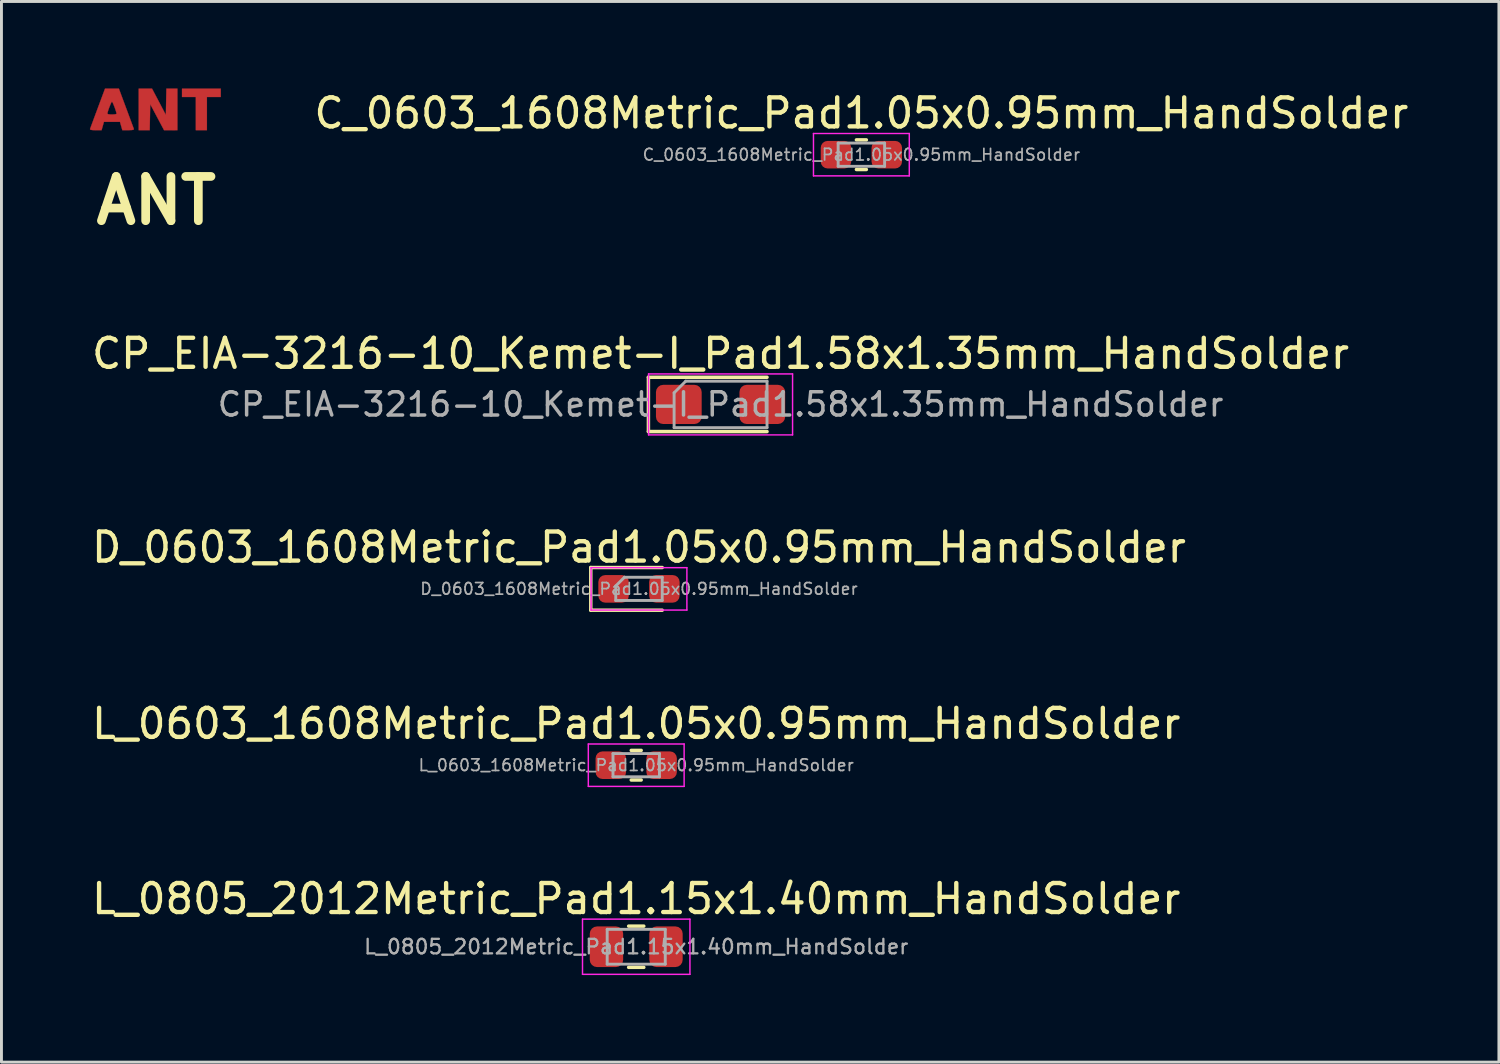
<source format=kicad_pcb>
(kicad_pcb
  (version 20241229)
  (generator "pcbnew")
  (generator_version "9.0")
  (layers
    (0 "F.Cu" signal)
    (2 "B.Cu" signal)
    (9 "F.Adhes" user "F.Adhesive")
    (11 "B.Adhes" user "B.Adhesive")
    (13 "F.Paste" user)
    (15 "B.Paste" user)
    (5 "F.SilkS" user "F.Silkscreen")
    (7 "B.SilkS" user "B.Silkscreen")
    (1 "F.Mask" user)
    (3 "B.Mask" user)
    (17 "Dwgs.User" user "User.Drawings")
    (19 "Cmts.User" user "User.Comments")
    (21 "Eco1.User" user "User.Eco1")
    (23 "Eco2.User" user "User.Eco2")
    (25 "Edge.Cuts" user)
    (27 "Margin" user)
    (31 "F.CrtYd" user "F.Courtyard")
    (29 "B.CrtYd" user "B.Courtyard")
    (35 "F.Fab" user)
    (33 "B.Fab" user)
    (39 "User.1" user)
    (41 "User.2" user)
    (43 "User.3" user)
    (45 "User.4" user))
  (footprint "CP_EIA-3216-10_Kemet-I_Pad1.58x1.35mm_HandSolder"
    (layer "F.Cu")
    (at 21.768 10.879)
    (property "Reference" "CP_EIA-3216-10_Kemet-I_Pad1.58x1.35mm_HandSolder" (at 0 -1.75 0) (layer "F.SilkS") (effects (font (size 1 1) (thickness 0.15))))
    (attr smd)
    (fp_line (start -2.485 -0.935) (end -2.485 0.935) (stroke (width 0.12) (type solid)) (layer "F.SilkS"))
    (fp_line (start -2.485 0.935) (end 1.6 0.935) (stroke (width 0.12) (type solid)) (layer "F.SilkS"))
    (fp_line (start 1.6 -0.935) (end -2.485 -0.935) (stroke (width 0.12) (type solid)) (layer "F.SilkS"))
    (fp_line (start -2.48 -1.05) (end 2.48 -1.05) (stroke (width 0.05) (type solid)) (layer "F.CrtYd"))
    (fp_line (start -2.48 1.05) (end -2.48 -1.05) (stroke (width 0.05) (type solid)) (layer "F.CrtYd"))
    (fp_line (start 2.48 -1.05) (end 2.48 1.05) (stroke (width 0.05) (type solid)) (layer "F.CrtYd"))
    (fp_line (start 2.48 1.05) (end -2.48 1.05) (stroke (width 0.05) (type solid)) (layer "F.CrtYd"))
    (fp_line (start -1.6 -0.4) (end -1.6 0.8) (stroke (width 0.1) (type solid)) (layer "F.Fab"))
    (fp_line (start -1.6 0.8) (end 1.6 0.8) (stroke (width 0.1) (type solid)) (layer "F.Fab"))
    (fp_line (start -1.2 -0.8) (end -1.6 -0.4) (stroke (width 0.1) (type solid)) (layer "F.Fab"))
    (fp_line (start 1.6 -0.8) (end -1.2 -0.8) (stroke (width 0.1) (type solid)) (layer "F.Fab"))
    (fp_line (start 1.6 0.8) (end 1.6 -0.8) (stroke (width 0.1) (type solid)) (layer "F.Fab"))
    (fp_text user "${REFERENCE}" (at 0 0 0) (layer "F.Fab") (effects (font (size 0.8 0.8) (thickness 0.12))))
    (pad "1" smd roundrect (at -1.438 0) (size 1.575 1.35) (layers "F.Cu" "F.Mask" "F.Paste") (roundrect_rratio 0.185))
    (pad "2" smd roundrect (at 1.438 0) (size 1.575 1.35) (layers "F.Cu" "F.Mask" "F.Paste") (roundrect_rratio 0.185)))
  (footprint "ANT"
    (layer "F.Cu")
    (at 2.33 0.862)
    (property "Reference" "ANT" (at 0 3 0) (layer "F.SilkS") (effects (font (size 1.524 1.524) (thickness 0.3))))
    (attr through_hole)
    (fp_poly (pts (xy 2.223 -0.572) (xy 1.746 -0.572) (xy 1.746 0.572) (xy 1.365 0.572) (xy 1.365 -0.572) (xy 0.889 -0.572) (xy 0.889 -0.857) (xy 2.223 -0.857) (xy 2.223 -0.572)) (stroke (width 0.01) (type solid)) (fill yes) (layer "F.Cu"))
    (fp_poly (pts (xy 0.73 0.572) (xy 0.5 0.571) (xy 0.27 0.571) (xy 0.032 0.123) (xy -0.206 -0.324) (xy -0.215 0.124) (xy -0.224 0.572) (xy -0.603 0.572) (xy -0.603 -0.857) (xy -0.373 -0.857) (xy -0.143 -0.857) (xy 0.095 -0.405) (xy 0.333 0.048) (xy 0.342 -0.405) (xy 0.351 -0.857) (xy 0.73 -0.857) (xy 0.73 0.572)) (stroke (width 0.01) (type solid)) (fill yes) (layer "F.Cu"))
    (fp_poly (pts (xy -1.034 -0.183) (xy -0.961 0.014) (xy -0.895 0.191) (xy -0.84 0.34) (xy -0.798 0.452) (xy -0.774 0.519) (xy -0.769 0.532) (xy -0.78 0.555) (xy -0.838 0.567) (xy -0.95 0.571) (xy -0.961 0.572) (xy -1.166 0.572) (xy -1.207 0.429) (xy -1.247 0.286) (xy -1.801 0.286) (xy -1.841 0.429) (xy -1.882 0.572) (xy -2.087 0.572) (xy -2.204 0.568) (xy -2.265 0.556) (xy -2.28 0.534) (xy -2.279 0.532) (xy -2.264 0.492) (xy -2.231 0.401) (xy -2.182 0.269) (xy -2.121 0.104) (xy -2.084 0.006) (xy -1.683 0.006) (xy -1.654 0.021) (xy -1.581 0.03) (xy -1.524 0.032) (xy -1.433 0.027) (xy -1.376 0.015) (xy -1.365 0.006) (xy -1.376 -0.047) (xy -1.402 -0.132) (xy -1.437 -0.229) (xy -1.474 -0.321) (xy -1.505 -0.388) (xy -1.524 -0.413) (xy -1.544 -0.386) (xy -1.576 -0.316) (xy -1.613 -0.224) (xy -1.648 -0.127) (xy -1.673 -0.043) (xy -1.683 0.006) (xy -2.084 0.006) (xy -2.051 -0.083) (xy -2.014 -0.183) (xy -1.763 -0.857) (xy -1.285 -0.857) (xy -1.034 -0.183)) (stroke (width 0.01) (type solid)) (fill yes) (layer "F.Cu")))
  (footprint "L_0805_2012Metric_Pad1.15x1.40mm_HandSolder"
    (layer "F.Cu")
    (at 18.863 29.558)
    (property "Reference" "L_0805_2012Metric_Pad1.15x1.40mm_HandSolder" (at 0 -1.65 0) (layer "F.SilkS") (effects (font (size 1 1) (thickness 0.15))))
    (attr smd)
    (fp_line (start -0.261 -0.71) (end 0.261 -0.71) (stroke (width 0.12) (type solid)) (layer "F.SilkS"))
    (fp_line (start -0.261 0.71) (end 0.261 0.71) (stroke (width 0.12) (type solid)) (layer "F.SilkS"))
    (fp_line (start -1.85 -0.95) (end 1.85 -0.95) (stroke (width 0.05) (type solid)) (layer "F.CrtYd"))
    (fp_line (start -1.85 0.95) (end -1.85 -0.95) (stroke (width 0.05) (type solid)) (layer "F.CrtYd"))
    (fp_line (start 1.85 -0.95) (end 1.85 0.95) (stroke (width 0.05) (type solid)) (layer "F.CrtYd"))
    (fp_line (start 1.85 0.95) (end -1.85 0.95) (stroke (width 0.05) (type solid)) (layer "F.CrtYd"))
    (fp_line (start -1 -0.6) (end 1 -0.6) (stroke (width 0.1) (type solid)) (layer "F.Fab"))
    (fp_line (start -1 0.6) (end -1 -0.6) (stroke (width 0.1) (type solid)) (layer "F.Fab"))
    (fp_line (start 1 -0.6) (end 1 0.6) (stroke (width 0.1) (type solid)) (layer "F.Fab"))
    (fp_line (start 1 0.6) (end -1 0.6) (stroke (width 0.1) (type solid)) (layer "F.Fab"))
    (fp_text user "${REFERENCE}" (at 0 0 0) (layer "F.Fab") (effects (font (size 0.5 0.5) (thickness 0.08))))
    (pad "1" smd roundrect (at -1.025 0) (size 1.15 1.4) (layers "F.Cu" "F.Mask" "F.Paste") (roundrect_rratio 0.217))
    (pad "2" smd roundrect (at 1.025 0) (size 1.15 1.4) (layers "F.Cu" "F.Mask" "F.Paste") (roundrect_rratio 0.217)))
  (footprint "D_0603_1608Metric_Pad1.05x0.95mm_HandSolder"
    (layer "F.Cu")
    (at 18.958 17.232)
    (property "Reference" "D_0603_1608Metric_Pad1.05x0.95mm_HandSolder" (at 0 -1.43 0) (layer "F.SilkS") (effects (font (size 1 1) (thickness 0.15))))
    (attr smd)
    (fp_line (start -1.66 -0.735) (end -1.66 0.735) (stroke (width 0.12) (type solid)) (layer "F.SilkS"))
    (fp_line (start -1.66 0.735) (end 0.8 0.735) (stroke (width 0.12) (type solid)) (layer "F.SilkS"))
    (fp_line (start 0.8 -0.735) (end -1.66 -0.735) (stroke (width 0.12) (type solid)) (layer "F.SilkS"))
    (fp_line (start -1.65 -0.73) (end 1.65 -0.73) (stroke (width 0.05) (type solid)) (layer "F.CrtYd"))
    (fp_line (start -1.65 0.73) (end -1.65 -0.73) (stroke (width 0.05) (type solid)) (layer "F.CrtYd"))
    (fp_line (start 1.65 -0.73) (end 1.65 0.73) (stroke (width 0.05) (type solid)) (layer "F.CrtYd"))
    (fp_line (start 1.65 0.73) (end -1.65 0.73) (stroke (width 0.05) (type solid)) (layer "F.CrtYd"))
    (fp_line (start -0.8 -0.1) (end -0.8 0.4) (stroke (width 0.1) (type solid)) (layer "F.Fab"))
    (fp_line (start -0.8 0.4) (end 0.8 0.4) (stroke (width 0.1) (type solid)) (layer "F.Fab"))
    (fp_line (start -0.5 -0.4) (end -0.8 -0.1) (stroke (width 0.1) (type solid)) (layer "F.Fab"))
    (fp_line (start 0.8 -0.4) (end -0.5 -0.4) (stroke (width 0.1) (type solid)) (layer "F.Fab"))
    (fp_line (start 0.8 0.4) (end 0.8 -0.4) (stroke (width 0.1) (type solid)) (layer "F.Fab"))
    (fp_text user "${REFERENCE}" (at 0 0 0) (layer "F.Fab") (effects (font (size 0.4 0.4) (thickness 0.06))))
    (pad "1" smd roundrect (at -0.875 0) (size 1.05 0.95) (layers "F.Cu" "F.Mask" "F.Paste") (roundrect_rratio 0.25))
    (pad "2" smd roundrect (at 0.875 0) (size 1.05 0.95) (layers "F.Cu" "F.Mask" "F.Paste") (roundrect_rratio 0.25)))
  (footprint "L_0603_1608Metric_Pad1.05x0.95mm_HandSolder"
    (layer "F.Cu")
    (at 18.863 23.305)
    (property "Reference" "L_0603_1608Metric_Pad1.05x0.95mm_HandSolder" (at 0 -1.43 0) (layer "F.SilkS") (effects (font (size 1 1) (thickness 0.15))))
    (attr smd)
    (fp_line (start -0.171 -0.51) (end 0.171 -0.51) (stroke (width 0.12) (type solid)) (layer "F.SilkS"))
    (fp_line (start -0.171 0.51) (end 0.171 0.51) (stroke (width 0.12) (type solid)) (layer "F.SilkS"))
    (fp_line (start -1.65 -0.73) (end 1.65 -0.73) (stroke (width 0.05) (type solid)) (layer "F.CrtYd"))
    (fp_line (start -1.65 0.73) (end -1.65 -0.73) (stroke (width 0.05) (type solid)) (layer "F.CrtYd"))
    (fp_line (start 1.65 -0.73) (end 1.65 0.73) (stroke (width 0.05) (type solid)) (layer "F.CrtYd"))
    (fp_line (start 1.65 0.73) (end -1.65 0.73) (stroke (width 0.05) (type solid)) (layer "F.CrtYd"))
    (fp_line (start -0.8 -0.4) (end 0.8 -0.4) (stroke (width 0.1) (type solid)) (layer "F.Fab"))
    (fp_line (start -0.8 0.4) (end -0.8 -0.4) (stroke (width 0.1) (type solid)) (layer "F.Fab"))
    (fp_line (start 0.8 -0.4) (end 0.8 0.4) (stroke (width 0.1) (type solid)) (layer "F.Fab"))
    (fp_line (start 0.8 0.4) (end -0.8 0.4) (stroke (width 0.1) (type solid)) (layer "F.Fab"))
    (fp_text user "${REFERENCE}" (at 0 0 0) (layer "F.Fab") (effects (font (size 0.4 0.4) (thickness 0.06))))
    (pad "1" smd roundrect (at -0.875 0) (size 1.05 0.95) (layers "F.Cu" "F.Mask" "F.Paste") (roundrect_rratio 0.25))
    (pad "2" smd roundrect (at 0.875 0) (size 1.05 0.95) (layers "F.Cu" "F.Mask" "F.Paste") (roundrect_rratio 0.25)))
  (footprint "C_0603_1608Metric_Pad1.05x0.95mm_HandSolder"
    (layer "F.Cu")
    (at 26.618 2.278)
    (property "Reference" "C_0603_1608Metric_Pad1.05x0.95mm_HandSolder" (at 0 -1.43 0) (layer "F.SilkS") (effects (font (size 1 1) (thickness 0.15))))
    (attr smd)
    (fp_line (start -0.171 -0.51) (end 0.171 -0.51) (stroke (width 0.12) (type solid)) (layer "F.SilkS"))
    (fp_line (start -0.171 0.51) (end 0.171 0.51) (stroke (width 0.12) (type solid)) (layer "F.SilkS"))
    (fp_line (start -1.65 -0.73) (end 1.65 -0.73) (stroke (width 0.05) (type solid)) (layer "F.CrtYd"))
    (fp_line (start -1.65 0.73) (end -1.65 -0.73) (stroke (width 0.05) (type solid)) (layer "F.CrtYd"))
    (fp_line (start 1.65 -0.73) (end 1.65 0.73) (stroke (width 0.05) (type solid)) (layer "F.CrtYd"))
    (fp_line (start 1.65 0.73) (end -1.65 0.73) (stroke (width 0.05) (type solid)) (layer "F.CrtYd"))
    (fp_line (start -0.8 -0.4) (end 0.8 -0.4) (stroke (width 0.1) (type solid)) (layer "F.Fab"))
    (fp_line (start -0.8 0.4) (end -0.8 -0.4) (stroke (width 0.1) (type solid)) (layer "F.Fab"))
    (fp_line (start 0.8 -0.4) (end 0.8 0.4) (stroke (width 0.1) (type solid)) (layer "F.Fab"))
    (fp_line (start 0.8 0.4) (end -0.8 0.4) (stroke (width 0.1) (type solid)) (layer "F.Fab"))
    (fp_text user "${REFERENCE}" (at 0 0 0) (layer "F.Fab") (effects (font (size 0.4 0.4) (thickness 0.06))))
    (pad "1" smd roundrect (at -0.875 0) (size 1.05 0.95) (layers "F.Cu" "F.Mask" "F.Paste") (roundrect_rratio 0.25))
    (pad "2" smd roundrect (at 0.875 0) (size 1.05 0.95) (layers "F.Cu" "F.Mask" "F.Paste") (roundrect_rratio 0.25)))
  (gr_rect
    (start -3 -3)
    (end 48.576 33.533)
    (stroke (width 0.1) (type default))
    (fill no)
    (layer "Edge.Cuts")))
</source>
